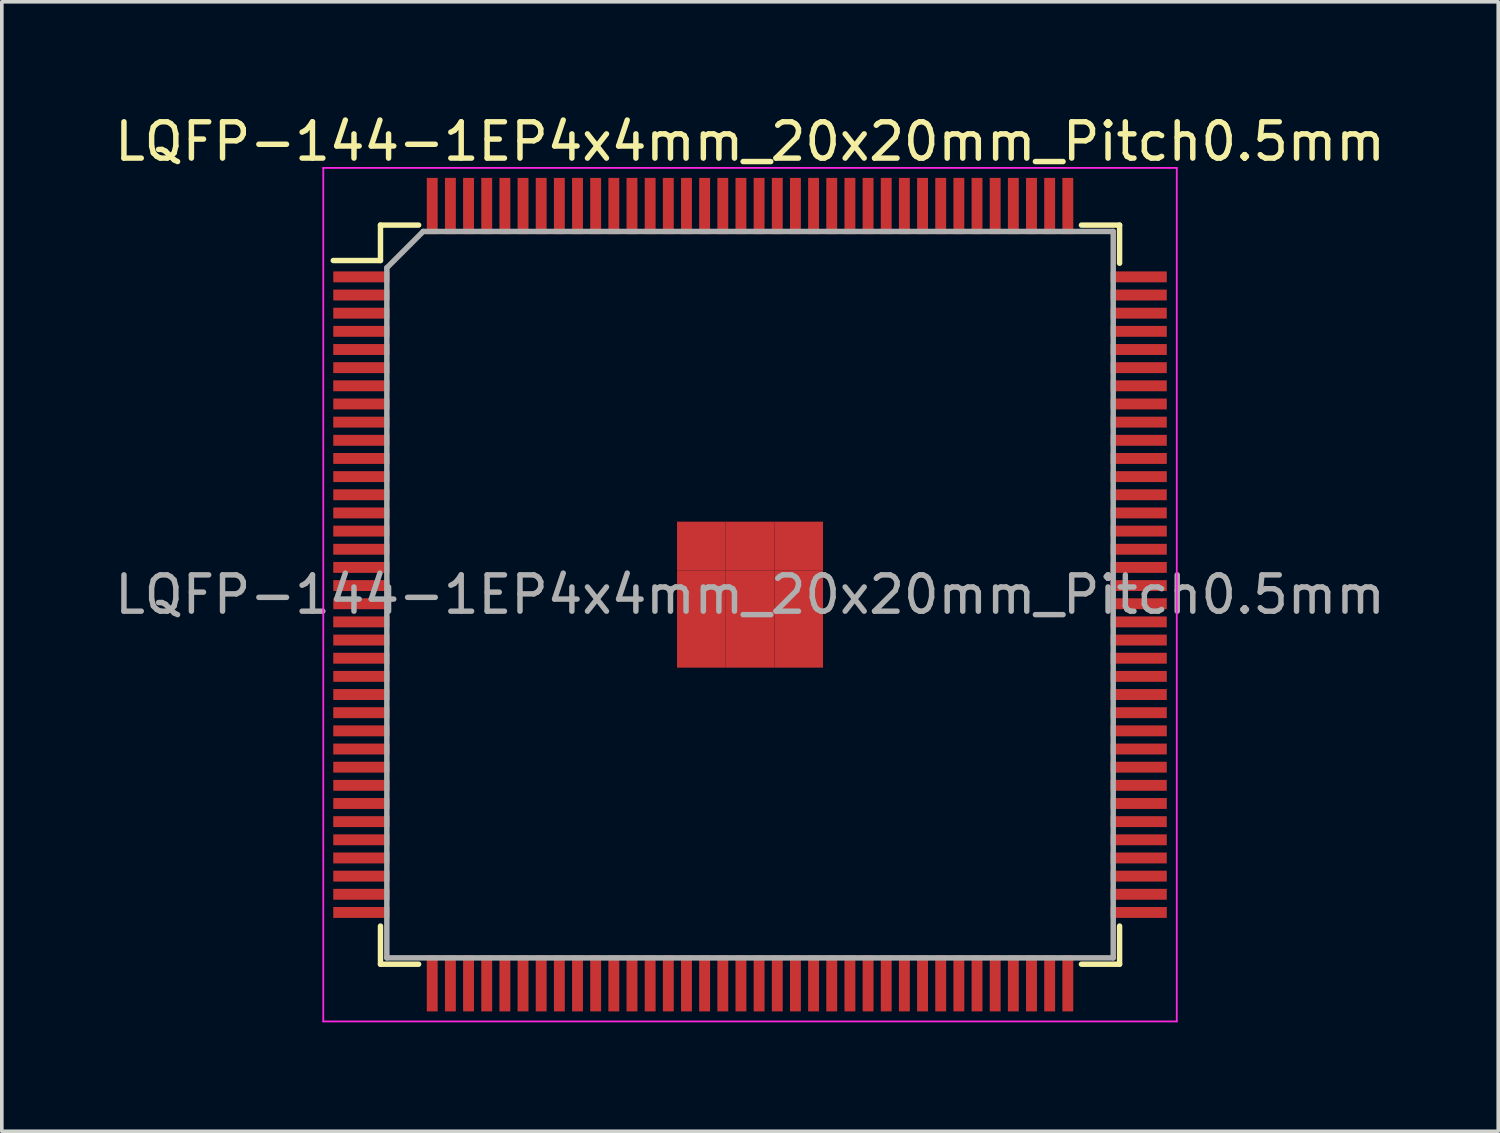
<source format=kicad_pcb>
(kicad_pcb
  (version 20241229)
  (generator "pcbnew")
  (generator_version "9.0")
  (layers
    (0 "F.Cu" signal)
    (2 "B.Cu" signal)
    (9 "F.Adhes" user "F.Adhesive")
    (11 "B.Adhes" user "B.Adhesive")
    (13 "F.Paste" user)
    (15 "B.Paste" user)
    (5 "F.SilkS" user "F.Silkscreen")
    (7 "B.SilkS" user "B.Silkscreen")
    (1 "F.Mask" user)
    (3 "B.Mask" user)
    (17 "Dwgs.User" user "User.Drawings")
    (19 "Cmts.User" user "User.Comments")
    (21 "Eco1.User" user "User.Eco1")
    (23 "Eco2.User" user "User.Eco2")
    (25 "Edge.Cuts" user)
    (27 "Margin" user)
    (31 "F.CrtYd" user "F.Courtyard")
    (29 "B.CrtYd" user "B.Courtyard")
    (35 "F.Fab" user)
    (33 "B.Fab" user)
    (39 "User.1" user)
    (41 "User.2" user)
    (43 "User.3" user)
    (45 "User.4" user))
  (footprint "LQFP-144-1EP4x4mm_20x20mm_Pitch0.5mm"
    (layer "F.Cu")
    (at 17.601 13.323)
    (property "Reference" "LQFP-144-1EP4x4mm_20x20mm_Pitch0.5mm" (at 0 -12.475 0) (layer "F.SilkS") (effects (font (size 1 1) (thickness 0.15))))
    (attr smd)
    (fp_line (start -10.175 -10.175) (end -10.175 -9.2) (stroke (width 0.15) (type solid)) (layer "F.SilkS"))
    (fp_line (start -10.175 -10.175) (end -9.125 -10.175) (stroke (width 0.15) (type solid)) (layer "F.SilkS"))
    (fp_line (start -10.175 -9.2) (end -11.475 -9.2) (stroke (width 0.15) (type solid)) (layer "F.SilkS"))
    (fp_line (start -10.175 10.175) (end -10.175 9.125) (stroke (width 0.15) (type solid)) (layer "F.SilkS"))
    (fp_line (start -10.175 10.175) (end -9.125 10.175) (stroke (width 0.15) (type solid)) (layer "F.SilkS"))
    (fp_line (start 10.175 -10.175) (end 9.125 -10.175) (stroke (width 0.15) (type solid)) (layer "F.SilkS"))
    (fp_line (start 10.175 -10.175) (end 10.175 -9.125) (stroke (width 0.15) (type solid)) (layer "F.SilkS"))
    (fp_line (start 10.175 10.175) (end 9.125 10.175) (stroke (width 0.15) (type solid)) (layer "F.SilkS"))
    (fp_line (start 10.175 10.175) (end 10.175 9.125) (stroke (width 0.15) (type solid)) (layer "F.SilkS"))
    (fp_line (start -11.75 -11.75) (end -11.75 11.75) (stroke (width 0.05) (type solid)) (layer "F.CrtYd"))
    (fp_line (start -11.75 -11.75) (end 11.75 -11.75) (stroke (width 0.05) (type solid)) (layer "F.CrtYd"))
    (fp_line (start -11.75 11.75) (end 11.75 11.75) (stroke (width 0.05) (type solid)) (layer "F.CrtYd"))
    (fp_line (start 11.75 -11.75) (end 11.75 11.75) (stroke (width 0.05) (type solid)) (layer "F.CrtYd"))
    (fp_line (start -10 -9) (end -9 -10) (stroke (width 0.15) (type solid)) (layer "F.Fab"))
    (fp_line (start -10 10) (end -10 -9) (stroke (width 0.15) (type solid)) (layer "F.Fab"))
    (fp_line (start -9 -10) (end 10 -10) (stroke (width 0.15) (type solid)) (layer "F.Fab"))
    (fp_line (start 10 -10) (end 10 10) (stroke (width 0.15) (type solid)) (layer "F.Fab"))
    (fp_line (start 10 10) (end -10 10) (stroke (width 0.15) (type solid)) (layer "F.Fab"))
    (fp_text user "${REFERENCE}" (at 0 0 0) (layer "F.Fab") (effects (font (size 1 1) (thickness 0.15))))
    (pad "1" smd rect (at -10.7 -8.75) (size 1.55 0.3) (layers "F.Cu" "F.Mask" "F.Paste"))
    (pad "2" smd rect (at -10.7 -8.25) (size 1.55 0.3) (layers "F.Cu" "F.Mask" "F.Paste"))
    (pad "3" smd rect (at -10.7 -7.75) (size 1.55 0.3) (layers "F.Cu" "F.Mask" "F.Paste"))
    (pad "4" smd rect (at -10.7 -7.25) (size 1.55 0.3) (layers "F.Cu" "F.Mask" "F.Paste"))
    (pad "5" smd rect (at -10.7 -6.75) (size 1.55 0.3) (layers "F.Cu" "F.Mask" "F.Paste"))
    (pad "6" smd rect (at -10.7 -6.25) (size 1.55 0.3) (layers "F.Cu" "F.Mask" "F.Paste"))
    (pad "7" smd rect (at -10.7 -5.75) (size 1.55 0.3) (layers "F.Cu" "F.Mask" "F.Paste"))
    (pad "8" smd rect (at -10.7 -5.25) (size 1.55 0.3) (layers "F.Cu" "F.Mask" "F.Paste"))
    (pad "9" smd rect (at -10.7 -4.75) (size 1.55 0.3) (layers "F.Cu" "F.Mask" "F.Paste"))
    (pad "10" smd rect (at -10.7 -4.25) (size 1.55 0.3) (layers "F.Cu" "F.Mask" "F.Paste"))
    (pad "11" smd rect (at -10.7 -3.75) (size 1.55 0.3) (layers "F.Cu" "F.Mask" "F.Paste"))
    (pad "12" smd rect (at -10.7 -3.25) (size 1.55 0.3) (layers "F.Cu" "F.Mask" "F.Paste"))
    (pad "13" smd rect (at -10.7 -2.75) (size 1.55 0.3) (layers "F.Cu" "F.Mask" "F.Paste"))
    (pad "14" smd rect (at -10.7 -2.25) (size 1.55 0.3) (layers "F.Cu" "F.Mask" "F.Paste"))
    (pad "15" smd rect (at -10.7 -1.75) (size 1.55 0.3) (layers "F.Cu" "F.Mask" "F.Paste"))
    (pad "16" smd rect (at -10.7 -1.25) (size 1.55 0.3) (layers "F.Cu" "F.Mask" "F.Paste"))
    (pad "17" smd rect (at -10.7 -0.75) (size 1.55 0.3) (layers "F.Cu" "F.Mask" "F.Paste"))
    (pad "18" smd rect (at -10.7 -0.25) (size 1.55 0.3) (layers "F.Cu" "F.Mask" "F.Paste"))
    (pad "19" smd rect (at -10.7 0.25) (size 1.55 0.3) (layers "F.Cu" "F.Mask" "F.Paste"))
    (pad "20" smd rect (at -10.7 0.75) (size 1.55 0.3) (layers "F.Cu" "F.Mask" "F.Paste"))
    (pad "21" smd rect (at -10.7 1.25) (size 1.55 0.3) (layers "F.Cu" "F.Mask" "F.Paste"))
    (pad "22" smd rect (at -10.7 1.75) (size 1.55 0.3) (layers "F.Cu" "F.Mask" "F.Paste"))
    (pad "23" smd rect (at -10.7 2.25) (size 1.55 0.3) (layers "F.Cu" "F.Mask" "F.Paste"))
    (pad "24" smd rect (at -10.7 2.75) (size 1.55 0.3) (layers "F.Cu" "F.Mask" "F.Paste"))
    (pad "25" smd rect (at -10.7 3.25) (size 1.55 0.3) (layers "F.Cu" "F.Mask" "F.Paste"))
    (pad "26" smd rect (at -10.7 3.75) (size 1.55 0.3) (layers "F.Cu" "F.Mask" "F.Paste"))
    (pad "27" smd rect (at -10.7 4.25) (size 1.55 0.3) (layers "F.Cu" "F.Mask" "F.Paste"))
    (pad "28" smd rect (at -10.7 4.75) (size 1.55 0.3) (layers "F.Cu" "F.Mask" "F.Paste"))
    (pad "29" smd rect (at -10.7 5.25) (size 1.55 0.3) (layers "F.Cu" "F.Mask" "F.Paste"))
    (pad "30" smd rect (at -10.7 5.75) (size 1.55 0.3) (layers "F.Cu" "F.Mask" "F.Paste"))
    (pad "31" smd rect (at -10.7 6.25) (size 1.55 0.3) (layers "F.Cu" "F.Mask" "F.Paste"))
    (pad "32" smd rect (at -10.7 6.75) (size 1.55 0.3) (layers "F.Cu" "F.Mask" "F.Paste"))
    (pad "33" smd rect (at -10.7 7.25) (size 1.55 0.3) (layers "F.Cu" "F.Mask" "F.Paste"))
    (pad "34" smd rect (at -10.7 7.75) (size 1.55 0.3) (layers "F.Cu" "F.Mask" "F.Paste"))
    (pad "35" smd rect (at -10.7 8.25) (size 1.55 0.3) (layers "F.Cu" "F.Mask" "F.Paste"))
    (pad "36" smd rect (at -10.7 8.75) (size 1.55 0.3) (layers "F.Cu" "F.Mask" "F.Paste"))
    (pad "37" smd rect (at -8.75 10.7 90) (size 1.55 0.3) (layers "F.Cu" "F.Mask" "F.Paste"))
    (pad "38" smd rect (at -8.25 10.7 90) (size 1.55 0.3) (layers "F.Cu" "F.Mask" "F.Paste"))
    (pad "39" smd rect (at -7.75 10.7 90) (size 1.55 0.3) (layers "F.Cu" "F.Mask" "F.Paste"))
    (pad "40" smd rect (at -7.25 10.7 90) (size 1.55 0.3) (layers "F.Cu" "F.Mask" "F.Paste"))
    (pad "41" smd rect (at -6.75 10.7 90) (size 1.55 0.3) (layers "F.Cu" "F.Mask" "F.Paste"))
    (pad "42" smd rect (at -6.25 10.7 90) (size 1.55 0.3) (layers "F.Cu" "F.Mask" "F.Paste"))
    (pad "43" smd rect (at -5.75 10.7 90) (size 1.55 0.3) (layers "F.Cu" "F.Mask" "F.Paste"))
    (pad "44" smd rect (at -5.25 10.7 90) (size 1.55 0.3) (layers "F.Cu" "F.Mask" "F.Paste"))
    (pad "45" smd rect (at -4.75 10.7 90) (size 1.55 0.3) (layers "F.Cu" "F.Mask" "F.Paste"))
    (pad "46" smd rect (at -4.25 10.7 90) (size 1.55 0.3) (layers "F.Cu" "F.Mask" "F.Paste"))
    (pad "47" smd rect (at -3.75 10.7 90) (size 1.55 0.3) (layers "F.Cu" "F.Mask" "F.Paste"))
    (pad "48" smd rect (at -3.25 10.7 90) (size 1.55 0.3) (layers "F.Cu" "F.Mask" "F.Paste"))
    (pad "49" smd rect (at -2.75 10.7 90) (size 1.55 0.3) (layers "F.Cu" "F.Mask" "F.Paste"))
    (pad "50" smd rect (at -2.25 10.7 90) (size 1.55 0.3) (layers "F.Cu" "F.Mask" "F.Paste"))
    (pad "51" smd rect (at -1.75 10.7 90) (size 1.55 0.3) (layers "F.Cu" "F.Mask" "F.Paste"))
    (pad "52" smd rect (at -1.25 10.7 90) (size 1.55 0.3) (layers "F.Cu" "F.Mask" "F.Paste"))
    (pad "53" smd rect (at -0.75 10.7 90) (size 1.55 0.3) (layers "F.Cu" "F.Mask" "F.Paste"))
    (pad "54" smd rect (at -0.25 10.7 90) (size 1.55 0.3) (layers "F.Cu" "F.Mask" "F.Paste"))
    (pad "55" smd rect (at 0.25 10.7 90) (size 1.55 0.3) (layers "F.Cu" "F.Mask" "F.Paste"))
    (pad "56" smd rect (at 0.75 10.7 90) (size 1.55 0.3) (layers "F.Cu" "F.Mask" "F.Paste"))
    (pad "57" smd rect (at 1.25 10.7 90) (size 1.55 0.3) (layers "F.Cu" "F.Mask" "F.Paste"))
    (pad "58" smd rect (at 1.75 10.7 90) (size 1.55 0.3) (layers "F.Cu" "F.Mask" "F.Paste"))
    (pad "59" smd rect (at 2.25 10.7 90) (size 1.55 0.3) (layers "F.Cu" "F.Mask" "F.Paste"))
    (pad "60" smd rect (at 2.75 10.7 90) (size 1.55 0.3) (layers "F.Cu" "F.Mask" "F.Paste"))
    (pad "61" smd rect (at 3.25 10.7 90) (size 1.55 0.3) (layers "F.Cu" "F.Mask" "F.Paste"))
    (pad "62" smd rect (at 3.75 10.7 90) (size 1.55 0.3) (layers "F.Cu" "F.Mask" "F.Paste"))
    (pad "63" smd rect (at 4.25 10.7 90) (size 1.55 0.3) (layers "F.Cu" "F.Mask" "F.Paste"))
    (pad "64" smd rect (at 4.75 10.7 90) (size 1.55 0.3) (layers "F.Cu" "F.Mask" "F.Paste"))
    (pad "65" smd rect (at 5.25 10.7 90) (size 1.55 0.3) (layers "F.Cu" "F.Mask" "F.Paste"))
    (pad "66" smd rect (at 5.75 10.7 90) (size 1.55 0.3) (layers "F.Cu" "F.Mask" "F.Paste"))
    (pad "67" smd rect (at 6.25 10.7 90) (size 1.55 0.3) (layers "F.Cu" "F.Mask" "F.Paste"))
    (pad "68" smd rect (at 6.75 10.7 90) (size 1.55 0.3) (layers "F.Cu" "F.Mask" "F.Paste"))
    (pad "69" smd rect (at 7.25 10.7 90) (size 1.55 0.3) (layers "F.Cu" "F.Mask" "F.Paste"))
    (pad "70" smd rect (at 7.75 10.7 90) (size 1.55 0.3) (layers "F.Cu" "F.Mask" "F.Paste"))
    (pad "71" smd rect (at 8.25 10.7 90) (size 1.55 0.3) (layers "F.Cu" "F.Mask" "F.Paste"))
    (pad "72" smd rect (at 8.75 10.7 90) (size 1.55 0.3) (layers "F.Cu" "F.Mask" "F.Paste"))
    (pad "73" smd rect (at 10.7 8.75) (size 1.55 0.3) (layers "F.Cu" "F.Mask" "F.Paste"))
    (pad "74" smd rect (at 10.7 8.25) (size 1.55 0.3) (layers "F.Cu" "F.Mask" "F.Paste"))
    (pad "75" smd rect (at 10.7 7.75) (size 1.55 0.3) (layers "F.Cu" "F.Mask" "F.Paste"))
    (pad "76" smd rect (at 10.7 7.25) (size 1.55 0.3) (layers "F.Cu" "F.Mask" "F.Paste"))
    (pad "77" smd rect (at 10.7 6.75) (size 1.55 0.3) (layers "F.Cu" "F.Mask" "F.Paste"))
    (pad "78" smd rect (at 10.7 6.25) (size 1.55 0.3) (layers "F.Cu" "F.Mask" "F.Paste"))
    (pad "79" smd rect (at 10.7 5.75) (size 1.55 0.3) (layers "F.Cu" "F.Mask" "F.Paste"))
    (pad "80" smd rect (at 10.7 5.25) (size 1.55 0.3) (layers "F.Cu" "F.Mask" "F.Paste"))
    (pad "81" smd rect (at 10.7 4.75) (size 1.55 0.3) (layers "F.Cu" "F.Mask" "F.Paste"))
    (pad "82" smd rect (at 10.7 4.25) (size 1.55 0.3) (layers "F.Cu" "F.Mask" "F.Paste"))
    (pad "83" smd rect (at 10.7 3.75) (size 1.55 0.3) (layers "F.Cu" "F.Mask" "F.Paste"))
    (pad "84" smd rect (at 10.7 3.25) (size 1.55 0.3) (layers "F.Cu" "F.Mask" "F.Paste"))
    (pad "85" smd rect (at 10.7 2.75) (size 1.55 0.3) (layers "F.Cu" "F.Mask" "F.Paste"))
    (pad "86" smd rect (at 10.7 2.25) (size 1.55 0.3) (layers "F.Cu" "F.Mask" "F.Paste"))
    (pad "87" smd rect (at 10.7 1.75) (size 1.55 0.3) (layers "F.Cu" "F.Mask" "F.Paste"))
    (pad "88" smd rect (at 10.7 1.25) (size 1.55 0.3) (layers "F.Cu" "F.Mask" "F.Paste"))
    (pad "89" smd rect (at 10.7 0.75) (size 1.55 0.3) (layers "F.Cu" "F.Mask" "F.Paste"))
    (pad "90" smd rect (at 10.7 0.25) (size 1.55 0.3) (layers "F.Cu" "F.Mask" "F.Paste"))
    (pad "91" smd rect (at 10.7 -0.25) (size 1.55 0.3) (layers "F.Cu" "F.Mask" "F.Paste"))
    (pad "92" smd rect (at 10.7 -0.75) (size 1.55 0.3) (layers "F.Cu" "F.Mask" "F.Paste"))
    (pad "93" smd rect (at 10.7 -1.25) (size 1.55 0.3) (layers "F.Cu" "F.Mask" "F.Paste"))
    (pad "94" smd rect (at 10.7 -1.75) (size 1.55 0.3) (layers "F.Cu" "F.Mask" "F.Paste"))
    (pad "95" smd rect (at 10.7 -2.25) (size 1.55 0.3) (layers "F.Cu" "F.Mask" "F.Paste"))
    (pad "96" smd rect (at 10.7 -2.75) (size 1.55 0.3) (layers "F.Cu" "F.Mask" "F.Paste"))
    (pad "97" smd rect (at 10.7 -3.25) (size 1.55 0.3) (layers "F.Cu" "F.Mask" "F.Paste"))
    (pad "98" smd rect (at 10.7 -3.75) (size 1.55 0.3) (layers "F.Cu" "F.Mask" "F.Paste"))
    (pad "99" smd rect (at 10.7 -4.25) (size 1.55 0.3) (layers "F.Cu" "F.Mask" "F.Paste"))
    (pad "100" smd rect (at 10.7 -4.75) (size 1.55 0.3) (layers "F.Cu" "F.Mask" "F.Paste"))
    (pad "101" smd rect (at 10.7 -5.25) (size 1.55 0.3) (layers "F.Cu" "F.Mask" "F.Paste"))
    (pad "102" smd rect (at 10.7 -5.75) (size 1.55 0.3) (layers "F.Cu" "F.Mask" "F.Paste"))
    (pad "103" smd rect (at 10.7 -6.25) (size 1.55 0.3) (layers "F.Cu" "F.Mask" "F.Paste"))
    (pad "104" smd rect (at 10.7 -6.75) (size 1.55 0.3) (layers "F.Cu" "F.Mask" "F.Paste"))
    (pad "105" smd rect (at 10.7 -7.25) (size 1.55 0.3) (layers "F.Cu" "F.Mask" "F.Paste"))
    (pad "106" smd rect (at 10.7 -7.75) (size 1.55 0.3) (layers "F.Cu" "F.Mask" "F.Paste"))
    (pad "107" smd rect (at 10.7 -8.25) (size 1.55 0.3) (layers "F.Cu" "F.Mask" "F.Paste"))
    (pad "108" smd rect (at 10.7 -8.75) (size 1.55 0.3) (layers "F.Cu" "F.Mask" "F.Paste"))
    (pad "109" smd rect (at 8.75 -10.7 90) (size 1.55 0.3) (layers "F.Cu" "F.Mask" "F.Paste"))
    (pad "110" smd rect (at 8.25 -10.7 90) (size 1.55 0.3) (layers "F.Cu" "F.Mask" "F.Paste"))
    (pad "111" smd rect (at 7.75 -10.7 90) (size 1.55 0.3) (layers "F.Cu" "F.Mask" "F.Paste"))
    (pad "112" smd rect (at 7.25 -10.7 90) (size 1.55 0.3) (layers "F.Cu" "F.Mask" "F.Paste"))
    (pad "113" smd rect (at 6.75 -10.7 90) (size 1.55 0.3) (layers "F.Cu" "F.Mask" "F.Paste"))
    (pad "114" smd rect (at 6.25 -10.7 90) (size 1.55 0.3) (layers "F.Cu" "F.Mask" "F.Paste"))
    (pad "115" smd rect (at 5.75 -10.7 90) (size 1.55 0.3) (layers "F.Cu" "F.Mask" "F.Paste"))
    (pad "116" smd rect (at 5.25 -10.7 90) (size 1.55 0.3) (layers "F.Cu" "F.Mask" "F.Paste"))
    (pad "117" smd rect (at 4.75 -10.7 90) (size 1.55 0.3) (layers "F.Cu" "F.Mask" "F.Paste"))
    (pad "118" smd rect (at 4.25 -10.7 90) (size 1.55 0.3) (layers "F.Cu" "F.Mask" "F.Paste"))
    (pad "119" smd rect (at 3.75 -10.7 90) (size 1.55 0.3) (layers "F.Cu" "F.Mask" "F.Paste"))
    (pad "120" smd rect (at 3.25 -10.7 90) (size 1.55 0.3) (layers "F.Cu" "F.Mask" "F.Paste"))
    (pad "121" smd rect (at 2.75 -10.7 90) (size 1.55 0.3) (layers "F.Cu" "F.Mask" "F.Paste"))
    (pad "122" smd rect (at 2.25 -10.7 90) (size 1.55 0.3) (layers "F.Cu" "F.Mask" "F.Paste"))
    (pad "123" smd rect (at 1.75 -10.7 90) (size 1.55 0.3) (layers "F.Cu" "F.Mask" "F.Paste"))
    (pad "124" smd rect (at 1.25 -10.7 90) (size 1.55 0.3) (layers "F.Cu" "F.Mask" "F.Paste"))
    (pad "125" smd rect (at 0.75 -10.7 90) (size 1.55 0.3) (layers "F.Cu" "F.Mask" "F.Paste"))
    (pad "126" smd rect (at 0.25 -10.7 90) (size 1.55 0.3) (layers "F.Cu" "F.Mask" "F.Paste"))
    (pad "127" smd rect (at -0.25 -10.7 90) (size 1.55 0.3) (layers "F.Cu" "F.Mask" "F.Paste"))
    (pad "128" smd rect (at -0.75 -10.7 90) (size 1.55 0.3) (layers "F.Cu" "F.Mask" "F.Paste"))
    (pad "129" smd rect (at -1.25 -10.7 90) (size 1.55 0.3) (layers "F.Cu" "F.Mask" "F.Paste"))
    (pad "130" smd rect (at -1.75 -10.7 90) (size 1.55 0.3) (layers "F.Cu" "F.Mask" "F.Paste"))
    (pad "131" smd rect (at -2.25 -10.7 90) (size 1.55 0.3) (layers "F.Cu" "F.Mask" "F.Paste"))
    (pad "132" smd rect (at -2.75 -10.7 90) (size 1.55 0.3) (layers "F.Cu" "F.Mask" "F.Paste"))
    (pad "133" smd rect (at -3.25 -10.7 90) (size 1.55 0.3) (layers "F.Cu" "F.Mask" "F.Paste"))
    (pad "134" smd rect (at -3.75 -10.7 90) (size 1.55 0.3) (layers "F.Cu" "F.Mask" "F.Paste"))
    (pad "135" smd rect (at -4.25 -10.7 90) (size 1.55 0.3) (layers "F.Cu" "F.Mask" "F.Paste"))
    (pad "136" smd rect (at -4.75 -10.7 90) (size 1.55 0.3) (layers "F.Cu" "F.Mask" "F.Paste"))
    (pad "137" smd rect (at -5.25 -10.7 90) (size 1.55 0.3) (layers "F.Cu" "F.Mask" "F.Paste"))
    (pad "138" smd rect (at -5.75 -10.7 90) (size 1.55 0.3) (layers "F.Cu" "F.Mask" "F.Paste"))
    (pad "139" smd rect (at -6.25 -10.7 90) (size 1.55 0.3) (layers "F.Cu" "F.Mask" "F.Paste"))
    (pad "140" smd rect (at -6.75 -10.7 90) (size 1.55 0.3) (layers "F.Cu" "F.Mask" "F.Paste"))
    (pad "141" smd rect (at -7.25 -10.7 90) (size 1.55 0.3) (layers "F.Cu" "F.Mask" "F.Paste"))
    (pad "142" smd rect (at -7.75 -10.7 90) (size 1.55 0.3) (layers "F.Cu" "F.Mask" "F.Paste"))
    (pad "143" smd rect (at -8.25 -10.7 90) (size 1.55 0.3) (layers "F.Cu" "F.Mask" "F.Paste"))
    (pad "144" smd rect (at -8.75 -10.7 90) (size 1.55 0.3) (layers "F.Cu" "F.Mask" "F.Paste"))
    (pad "145" smd rect (at -1.34 -1.34) (size 1.34 1.34) (layers "F.Cu" "F.Mask" "F.Paste"))
    (pad "145" smd rect (at -1.34 0) (size 1.34 1.34) (layers "F.Cu" "F.Mask" "F.Paste"))
    (pad "145" smd rect (at -1.34 1.34) (size 1.34 1.34) (layers "F.Cu" "F.Mask" "F.Paste"))
    (pad "145" smd rect (at 0 -1.34) (size 1.34 1.34) (layers "F.Cu" "F.Mask" "F.Paste"))
    (pad "145" smd rect (at 0 0) (size 1.34 1.34) (layers "F.Cu" "F.Mask" "F.Paste"))
    (pad "145" smd rect (at 0 1.34) (size 1.34 1.34) (layers "F.Cu" "F.Mask" "F.Paste"))
    (pad "145" smd rect (at 1.34 -1.34) (size 1.34 1.34) (layers "F.Cu" "F.Mask" "F.Paste"))
    (pad "145" smd rect (at 1.34 0) (size 1.34 1.34) (layers "F.Cu" "F.Mask" "F.Paste"))
    (pad "145" smd rect (at 1.34 1.34) (size 1.34 1.34) (layers "F.Cu" "F.Mask" "F.Paste")))
  (gr_rect
    (start -3 -3)
    (end 38.202 28.098)
    (stroke (width 0.1) (type default))
    (fill no)
    (layer "Edge.Cuts")))
</source>
